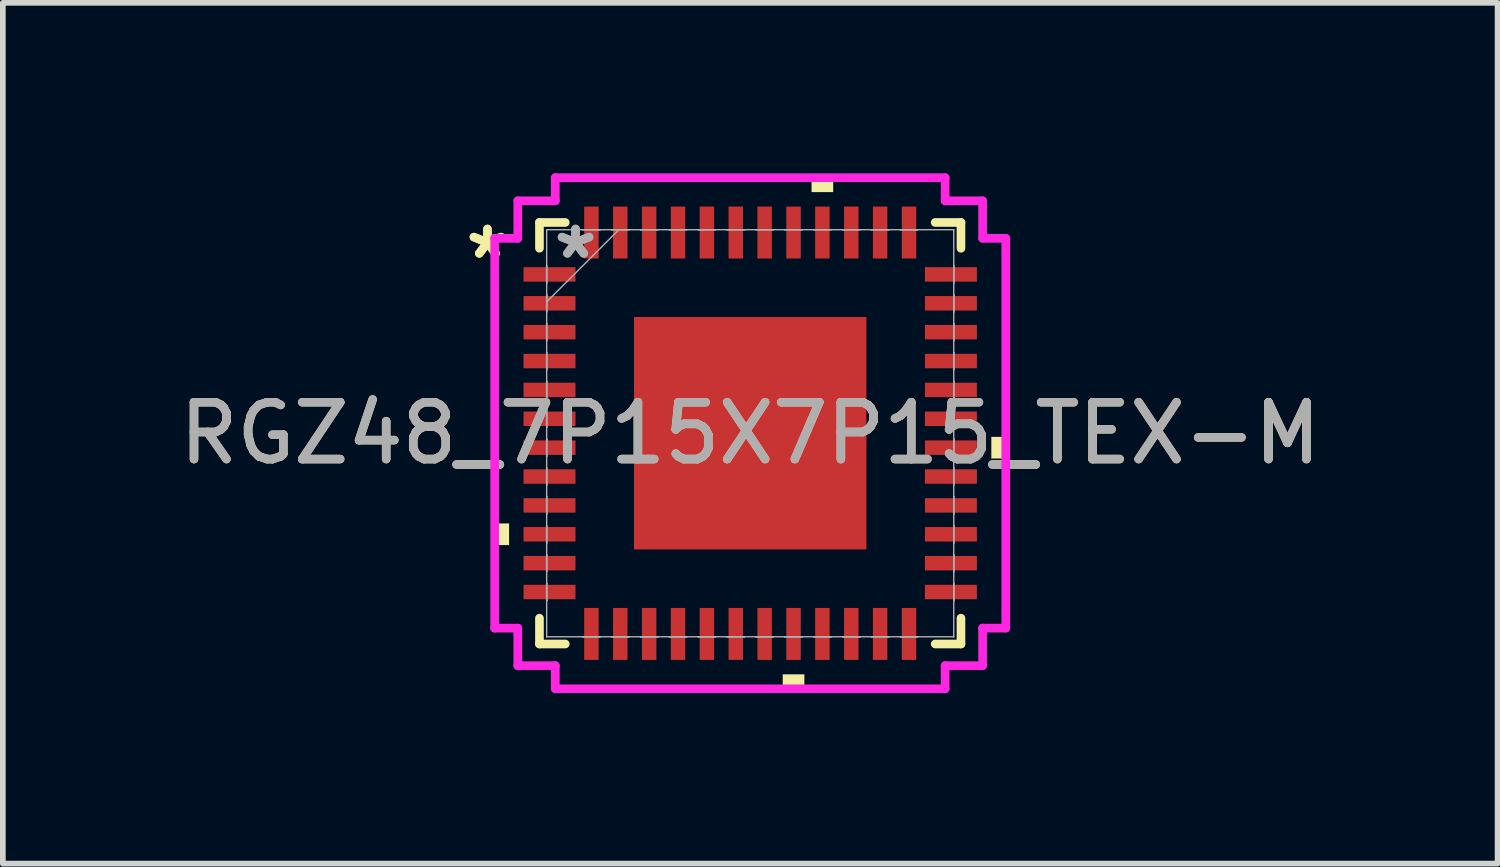
<source format=kicad_pcb>
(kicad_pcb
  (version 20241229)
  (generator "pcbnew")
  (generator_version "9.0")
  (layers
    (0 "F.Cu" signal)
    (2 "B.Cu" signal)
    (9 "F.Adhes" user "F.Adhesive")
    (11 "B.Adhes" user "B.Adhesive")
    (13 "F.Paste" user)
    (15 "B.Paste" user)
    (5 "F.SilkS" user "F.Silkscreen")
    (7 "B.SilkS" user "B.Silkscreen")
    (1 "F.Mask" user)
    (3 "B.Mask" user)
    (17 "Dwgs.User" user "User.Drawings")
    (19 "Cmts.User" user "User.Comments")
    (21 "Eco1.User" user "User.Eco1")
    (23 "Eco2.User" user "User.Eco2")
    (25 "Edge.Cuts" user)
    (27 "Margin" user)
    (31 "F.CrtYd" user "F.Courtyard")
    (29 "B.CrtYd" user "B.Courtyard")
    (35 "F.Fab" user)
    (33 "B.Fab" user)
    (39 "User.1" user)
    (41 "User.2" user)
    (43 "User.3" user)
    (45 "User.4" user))
  (footprint "RGZ48_7P15X7P15_TEX-M"
    (layer "F.Cu")
    (at 10.149 4.572)
    (property "Reference" "RGZ48_7P15X7P15_TEX-M" (at 0 0 0) (unlocked yes) (layer "F.SilkS") (effects (font (size 1 1) (thickness 0.15))))
    (attr smd)
    (fp_line (start -3.708 -3.708) (end -3.708 -3.254) (stroke (width 0.152) (type solid)) (layer "F.SilkS"))
    (fp_line (start -3.708 3.254) (end -3.708 3.708) (stroke (width 0.152) (type solid)) (layer "F.SilkS"))
    (fp_line (start -3.708 3.708) (end -3.254 3.708) (stroke (width 0.152) (type solid)) (layer "F.SilkS"))
    (fp_line (start -3.254 -3.708) (end -3.708 -3.708) (stroke (width 0.152) (type solid)) (layer "F.SilkS"))
    (fp_line (start 3.254 3.708) (end 3.708 3.708) (stroke (width 0.152) (type solid)) (layer "F.SilkS"))
    (fp_line (start 3.708 -3.708) (end 3.254 -3.708) (stroke (width 0.152) (type solid)) (layer "F.SilkS"))
    (fp_line (start 3.708 -3.254) (end 3.708 -3.708) (stroke (width 0.152) (type solid)) (layer "F.SilkS"))
    (fp_line (start 3.708 3.708) (end 3.708 3.254) (stroke (width 0.152) (type solid)) (layer "F.SilkS"))
    (fp_poly (pts (xy -4.496 1.587) (xy -4.496 1.968) (xy -4.242 1.968) (xy -4.242 1.587)) (stroke (width 0) (type solid)) (fill yes) (layer "F.SilkS"))
    (fp_poly (pts (xy 0.572 4.242) (xy 0.572 4.496) (xy 0.953 4.496) (xy 0.953 4.242)) (stroke (width 0) (type solid)) (fill yes) (layer "F.SilkS"))
    (fp_poly (pts (xy 1.079 -4.242) (xy 1.079 -4.496) (xy 1.46 -4.496) (xy 1.46 -4.242)) (stroke (width 0) (type solid)) (fill yes) (layer "F.SilkS"))
    (fp_poly (pts (xy 4.496 0.064) (xy 4.496 0.445) (xy 4.242 0.445) (xy 4.242 0.064)) (stroke (width 0) (type solid)) (fill yes) (layer "F.SilkS"))
    (fp_poly (pts (xy -1.945 -1.945) (xy -1.945 -0.782) (xy -0.782 -0.782) (xy -0.782 -1.945)) (stroke (width 0) (type solid)) (fill yes) (layer "F.Paste"))
    (fp_poly (pts (xy -1.945 -0.582) (xy -1.945 0.582) (xy -0.782 0.582) (xy -0.782 -0.582)) (stroke (width 0) (type solid)) (fill yes) (layer "F.Paste"))
    (fp_poly (pts (xy -1.945 0.782) (xy -1.945 1.945) (xy -0.782 1.945) (xy -0.782 0.782)) (stroke (width 0) (type solid)) (fill yes) (layer "F.Paste"))
    (fp_poly (pts (xy -0.582 -1.945) (xy -0.582 -0.782) (xy 0.582 -0.782) (xy 0.582 -1.945)) (stroke (width 0) (type solid)) (fill yes) (layer "F.Paste"))
    (fp_poly (pts (xy -0.582 -0.582) (xy -0.582 0.582) (xy 0.582 0.582) (xy 0.582 -0.582)) (stroke (width 0) (type solid)) (fill yes) (layer "F.Paste"))
    (fp_poly (pts (xy -0.582 0.782) (xy -0.582 1.945) (xy 0.582 1.945) (xy 0.582 0.782)) (stroke (width 0) (type solid)) (fill yes) (layer "F.Paste"))
    (fp_poly (pts (xy 0.782 -1.945) (xy 0.782 -0.782) (xy 1.945 -0.782) (xy 1.945 -1.945)) (stroke (width 0) (type solid)) (fill yes) (layer "F.Paste"))
    (fp_poly (pts (xy 0.782 -0.582) (xy 0.782 0.582) (xy 1.945 0.582) (xy 1.945 -0.582)) (stroke (width 0) (type solid)) (fill yes) (layer "F.Paste"))
    (fp_poly (pts (xy 0.782 0.782) (xy 0.782 1.945) (xy 1.945 1.945) (xy 1.945 0.782)) (stroke (width 0) (type solid)) (fill yes) (layer "F.Paste"))
    (fp_line (start -4.496 -3.429) (end -4.089 -3.429) (stroke (width 0.152) (type solid)) (layer "F.CrtYd"))
    (fp_line (start -4.496 3.429) (end -4.496 -3.429) (stroke (width 0.152) (type solid)) (layer "F.CrtYd"))
    (fp_line (start -4.089 -4.089) (end -3.429 -4.089) (stroke (width 0.152) (type solid)) (layer "F.CrtYd"))
    (fp_line (start -4.089 -3.429) (end -4.089 -4.089) (stroke (width 0.152) (type solid)) (layer "F.CrtYd"))
    (fp_line (start -4.089 3.429) (end -4.496 3.429) (stroke (width 0.152) (type solid)) (layer "F.CrtYd"))
    (fp_line (start -4.089 4.089) (end -4.089 3.429) (stroke (width 0.152) (type solid)) (layer "F.CrtYd"))
    (fp_line (start -3.429 -4.496) (end 3.429 -4.496) (stroke (width 0.152) (type solid)) (layer "F.CrtYd"))
    (fp_line (start -3.429 -4.089) (end -3.429 -4.496) (stroke (width 0.152) (type solid)) (layer "F.CrtYd"))
    (fp_line (start -3.429 4.089) (end -4.089 4.089) (stroke (width 0.152) (type solid)) (layer "F.CrtYd"))
    (fp_line (start -3.429 4.496) (end -3.429 4.089) (stroke (width 0.152) (type solid)) (layer "F.CrtYd"))
    (fp_line (start 3.429 -4.496) (end 3.429 -4.089) (stroke (width 0.152) (type solid)) (layer "F.CrtYd"))
    (fp_line (start 3.429 -4.089) (end 4.089 -4.089) (stroke (width 0.152) (type solid)) (layer "F.CrtYd"))
    (fp_line (start 3.429 4.089) (end 3.429 4.496) (stroke (width 0.152) (type solid)) (layer "F.CrtYd"))
    (fp_line (start 3.429 4.496) (end -3.429 4.496) (stroke (width 0.152) (type solid)) (layer "F.CrtYd"))
    (fp_line (start 4.089 -4.089) (end 4.089 -3.429) (stroke (width 0.152) (type solid)) (layer "F.CrtYd"))
    (fp_line (start 4.089 -3.429) (end 4.496 -3.429) (stroke (width 0.152) (type solid)) (layer "F.CrtYd"))
    (fp_line (start 4.089 3.429) (end 4.089 4.089) (stroke (width 0.152) (type solid)) (layer "F.CrtYd"))
    (fp_line (start 4.089 4.089) (end 3.429 4.089) (stroke (width 0.152) (type solid)) (layer "F.CrtYd"))
    (fp_line (start 4.496 -3.429) (end 4.496 3.429) (stroke (width 0.152) (type solid)) (layer "F.CrtYd"))
    (fp_line (start 4.496 3.429) (end 4.089 3.429) (stroke (width 0.152) (type solid)) (layer "F.CrtYd"))
    (fp_line (start -3.581 -3.581) (end -3.581 -3.581) (stroke (width 0.025) (type solid)) (layer "F.Fab"))
    (fp_line (start -3.581 -3.581) (end -3.581 3.581) (stroke (width 0.025) (type solid)) (layer "F.Fab"))
    (fp_line (start -3.581 -2.946) (end -3.581 -2.946) (stroke (width 0.025) (type solid)) (layer "F.Fab"))
    (fp_line (start -3.581 -2.946) (end -3.581 -2.642) (stroke (width 0.025) (type solid)) (layer "F.Fab"))
    (fp_line (start -3.581 -2.642) (end -3.581 -2.946) (stroke (width 0.025) (type solid)) (layer "F.Fab"))
    (fp_line (start -3.581 -2.642) (end -3.581 -2.642) (stroke (width 0.025) (type solid)) (layer "F.Fab"))
    (fp_line (start -3.581 -2.438) (end -3.581 -2.438) (stroke (width 0.025) (type solid)) (layer "F.Fab"))
    (fp_line (start -3.581 -2.438) (end -3.581 -2.134) (stroke (width 0.025) (type solid)) (layer "F.Fab"))
    (fp_line (start -3.581 -2.311) (end -2.311 -3.581) (stroke (width 0.025) (type solid)) (layer "F.Fab"))
    (fp_line (start -3.581 -2.134) (end -3.581 -2.438) (stroke (width 0.025) (type solid)) (layer "F.Fab"))
    (fp_line (start -3.581 -2.134) (end -3.581 -2.134) (stroke (width 0.025) (type solid)) (layer "F.Fab"))
    (fp_line (start -3.581 -1.93) (end -3.581 -1.93) (stroke (width 0.025) (type solid)) (layer "F.Fab"))
    (fp_line (start -3.581 -1.93) (end -3.581 -1.626) (stroke (width 0.025) (type solid)) (layer "F.Fab"))
    (fp_line (start -3.581 -1.626) (end -3.581 -1.93) (stroke (width 0.025) (type solid)) (layer "F.Fab"))
    (fp_line (start -3.581 -1.626) (end -3.581 -1.626) (stroke (width 0.025) (type solid)) (layer "F.Fab"))
    (fp_line (start -3.581 -1.422) (end -3.581 -1.422) (stroke (width 0.025) (type solid)) (layer "F.Fab"))
    (fp_line (start -3.581 -1.422) (end -3.581 -1.118) (stroke (width 0.025) (type solid)) (layer "F.Fab"))
    (fp_line (start -3.581 -1.118) (end -3.581 -1.422) (stroke (width 0.025) (type solid)) (layer "F.Fab"))
    (fp_line (start -3.581 -1.118) (end -3.581 -1.118) (stroke (width 0.025) (type solid)) (layer "F.Fab"))
    (fp_line (start -3.581 -0.914) (end -3.581 -0.914) (stroke (width 0.025) (type solid)) (layer "F.Fab"))
    (fp_line (start -3.581 -0.914) (end -3.581 -0.61) (stroke (width 0.025) (type solid)) (layer "F.Fab"))
    (fp_line (start -3.581 -0.61) (end -3.581 -0.914) (stroke (width 0.025) (type solid)) (layer "F.Fab"))
    (fp_line (start -3.581 -0.61) (end -3.581 -0.61) (stroke (width 0.025) (type solid)) (layer "F.Fab"))
    (fp_line (start -3.581 -0.406) (end -3.581 -0.406) (stroke (width 0.025) (type solid)) (layer "F.Fab"))
    (fp_line (start -3.581 -0.406) (end -3.581 -0.102) (stroke (width 0.025) (type solid)) (layer "F.Fab"))
    (fp_line (start -3.581 -0.102) (end -3.581 -0.406) (stroke (width 0.025) (type solid)) (layer "F.Fab"))
    (fp_line (start -3.581 -0.102) (end -3.581 -0.102) (stroke (width 0.025) (type solid)) (layer "F.Fab"))
    (fp_line (start -3.581 0.102) (end -3.581 0.102) (stroke (width 0.025) (type solid)) (layer "F.Fab"))
    (fp_line (start -3.581 0.102) (end -3.581 0.406) (stroke (width 0.025) (type solid)) (layer "F.Fab"))
    (fp_line (start -3.581 0.406) (end -3.581 0.102) (stroke (width 0.025) (type solid)) (layer "F.Fab"))
    (fp_line (start -3.581 0.406) (end -3.581 0.406) (stroke (width 0.025) (type solid)) (layer "F.Fab"))
    (fp_line (start -3.581 0.61) (end -3.581 0.61) (stroke (width 0.025) (type solid)) (layer "F.Fab"))
    (fp_line (start -3.581 0.61) (end -3.581 0.914) (stroke (width 0.025) (type solid)) (layer "F.Fab"))
    (fp_line (start -3.581 0.914) (end -3.581 0.61) (stroke (width 0.025) (type solid)) (layer "F.Fab"))
    (fp_line (start -3.581 0.914) (end -3.581 0.914) (stroke (width 0.025) (type solid)) (layer "F.Fab"))
    (fp_line (start -3.581 1.118) (end -3.581 1.118) (stroke (width 0.025) (type solid)) (layer "F.Fab"))
    (fp_line (start -3.581 1.118) (end -3.581 1.422) (stroke (width 0.025) (type solid)) (layer "F.Fab"))
    (fp_line (start -3.581 1.422) (end -3.581 1.118) (stroke (width 0.025) (type solid)) (layer "F.Fab"))
    (fp_line (start -3.581 1.422) (end -3.581 1.422) (stroke (width 0.025) (type solid)) (layer "F.Fab"))
    (fp_line (start -3.581 1.626) (end -3.581 1.626) (stroke (width 0.025) (type solid)) (layer "F.Fab"))
    (fp_line (start -3.581 1.626) (end -3.581 1.93) (stroke (width 0.025) (type solid)) (layer "F.Fab"))
    (fp_line (start -3.581 1.93) (end -3.581 1.626) (stroke (width 0.025) (type solid)) (layer "F.Fab"))
    (fp_line (start -3.581 1.93) (end -3.581 1.93) (stroke (width 0.025) (type solid)) (layer "F.Fab"))
    (fp_line (start -3.581 2.134) (end -3.581 2.134) (stroke (width 0.025) (type solid)) (layer "F.Fab"))
    (fp_line (start -3.581 2.134) (end -3.581 2.438) (stroke (width 0.025) (type solid)) (layer "F.Fab"))
    (fp_line (start -3.581 2.438) (end -3.581 2.134) (stroke (width 0.025) (type solid)) (layer "F.Fab"))
    (fp_line (start -3.581 2.438) (end -3.581 2.438) (stroke (width 0.025) (type solid)) (layer "F.Fab"))
    (fp_line (start -3.581 2.642) (end -3.581 2.642) (stroke (width 0.025) (type solid)) (layer "F.Fab"))
    (fp_line (start -3.581 2.642) (end -3.581 2.946) (stroke (width 0.025) (type solid)) (layer "F.Fab"))
    (fp_line (start -3.581 2.946) (end -3.581 2.642) (stroke (width 0.025) (type solid)) (layer "F.Fab"))
    (fp_line (start -3.581 2.946) (end -3.581 2.946) (stroke (width 0.025) (type solid)) (layer "F.Fab"))
    (fp_line (start -3.581 3.581) (end -3.581 3.581) (stroke (width 0.025) (type solid)) (layer "F.Fab"))
    (fp_line (start -3.581 3.581) (end 3.581 3.581) (stroke (width 0.025) (type solid)) (layer "F.Fab"))
    (fp_line (start -2.946 -3.581) (end -2.946 -3.581) (stroke (width 0.025) (type solid)) (layer "F.Fab"))
    (fp_line (start -2.946 -3.581) (end -2.642 -3.581) (stroke (width 0.025) (type solid)) (layer "F.Fab"))
    (fp_line (start -2.946 3.581) (end -2.946 3.581) (stroke (width 0.025) (type solid)) (layer "F.Fab"))
    (fp_line (start -2.946 3.581) (end -2.642 3.581) (stroke (width 0.025) (type solid)) (layer "F.Fab"))
    (fp_line (start -2.642 -3.581) (end -2.946 -3.581) (stroke (width 0.025) (type solid)) (layer "F.Fab"))
    (fp_line (start -2.642 -3.581) (end -2.642 -3.581) (stroke (width 0.025) (type solid)) (layer "F.Fab"))
    (fp_line (start -2.642 3.581) (end -2.946 3.581) (stroke (width 0.025) (type solid)) (layer "F.Fab"))
    (fp_line (start -2.642 3.581) (end -2.642 3.581) (stroke (width 0.025) (type solid)) (layer "F.Fab"))
    (fp_line (start -2.438 -3.581) (end -2.438 -3.581) (stroke (width 0.025) (type solid)) (layer "F.Fab"))
    (fp_line (start -2.438 -3.581) (end -2.134 -3.581) (stroke (width 0.025) (type solid)) (layer "F.Fab"))
    (fp_line (start -2.438 3.581) (end -2.438 3.581) (stroke (width 0.025) (type solid)) (layer "F.Fab"))
    (fp_line (start -2.438 3.581) (end -2.134 3.581) (stroke (width 0.025) (type solid)) (layer "F.Fab"))
    (fp_line (start -2.134 -3.581) (end -2.438 -3.581) (stroke (width 0.025) (type solid)) (layer "F.Fab"))
    (fp_line (start -2.134 -3.581) (end -2.134 -3.581) (stroke (width 0.025) (type solid)) (layer "F.Fab"))
    (fp_line (start -2.134 3.581) (end -2.438 3.581) (stroke (width 0.025) (type solid)) (layer "F.Fab"))
    (fp_line (start -2.134 3.581) (end -2.134 3.581) (stroke (width 0.025) (type solid)) (layer "F.Fab"))
    (fp_line (start -1.93 -3.581) (end -1.93 -3.581) (stroke (width 0.025) (type solid)) (layer "F.Fab"))
    (fp_line (start -1.93 -3.581) (end -1.626 -3.581) (stroke (width 0.025) (type solid)) (layer "F.Fab"))
    (fp_line (start -1.93 3.581) (end -1.93 3.581) (stroke (width 0.025) (type solid)) (layer "F.Fab"))
    (fp_line (start -1.93 3.581) (end -1.626 3.581) (stroke (width 0.025) (type solid)) (layer "F.Fab"))
    (fp_line (start -1.626 -3.581) (end -1.93 -3.581) (stroke (width 0.025) (type solid)) (layer "F.Fab"))
    (fp_line (start -1.626 -3.581) (end -1.626 -3.581) (stroke (width 0.025) (type solid)) (layer "F.Fab"))
    (fp_line (start -1.626 3.581) (end -1.93 3.581) (stroke (width 0.025) (type solid)) (layer "F.Fab"))
    (fp_line (start -1.626 3.581) (end -1.626 3.581) (stroke (width 0.025) (type solid)) (layer "F.Fab"))
    (fp_line (start -1.422 -3.581) (end -1.422 -3.581) (stroke (width 0.025) (type solid)) (layer "F.Fab"))
    (fp_line (start -1.422 -3.581) (end -1.118 -3.581) (stroke (width 0.025) (type solid)) (layer "F.Fab"))
    (fp_line (start -1.422 3.581) (end -1.422 3.581) (stroke (width 0.025) (type solid)) (layer "F.Fab"))
    (fp_line (start -1.422 3.581) (end -1.118 3.581) (stroke (width 0.025) (type solid)) (layer "F.Fab"))
    (fp_line (start -1.118 -3.581) (end -1.422 -3.581) (stroke (width 0.025) (type solid)) (layer "F.Fab"))
    (fp_line (start -1.118 -3.581) (end -1.118 -3.581) (stroke (width 0.025) (type solid)) (layer "F.Fab"))
    (fp_line (start -1.118 3.581) (end -1.422 3.581) (stroke (width 0.025) (type solid)) (layer "F.Fab"))
    (fp_line (start -1.118 3.581) (end -1.118 3.581) (stroke (width 0.025) (type solid)) (layer "F.Fab"))
    (fp_line (start -0.914 -3.581) (end -0.914 -3.581) (stroke (width 0.025) (type solid)) (layer "F.Fab"))
    (fp_line (start -0.914 -3.581) (end -0.61 -3.581) (stroke (width 0.025) (type solid)) (layer "F.Fab"))
    (fp_line (start -0.914 3.581) (end -0.914 3.581) (stroke (width 0.025) (type solid)) (layer "F.Fab"))
    (fp_line (start -0.914 3.581) (end -0.61 3.581) (stroke (width 0.025) (type solid)) (layer "F.Fab"))
    (fp_line (start -0.61 -3.581) (end -0.914 -3.581) (stroke (width 0.025) (type solid)) (layer "F.Fab"))
    (fp_line (start -0.61 -3.581) (end -0.61 -3.581) (stroke (width 0.025) (type solid)) (layer "F.Fab"))
    (fp_line (start -0.61 3.581) (end -0.914 3.581) (stroke (width 0.025) (type solid)) (layer "F.Fab"))
    (fp_line (start -0.61 3.581) (end -0.61 3.581) (stroke (width 0.025) (type solid)) (layer "F.Fab"))
    (fp_line (start -0.406 -3.581) (end -0.406 -3.581) (stroke (width 0.025) (type solid)) (layer "F.Fab"))
    (fp_line (start -0.406 -3.581) (end -0.102 -3.581) (stroke (width 0.025) (type solid)) (layer "F.Fab"))
    (fp_line (start -0.406 3.581) (end -0.406 3.581) (stroke (width 0.025) (type solid)) (layer "F.Fab"))
    (fp_line (start -0.406 3.581) (end -0.102 3.581) (stroke (width 0.025) (type solid)) (layer "F.Fab"))
    (fp_line (start -0.102 -3.581) (end -0.406 -3.581) (stroke (width 0.025) (type solid)) (layer "F.Fab"))
    (fp_line (start -0.102 -3.581) (end -0.102 -3.581) (stroke (width 0.025) (type solid)) (layer "F.Fab"))
    (fp_line (start -0.102 3.581) (end -0.406 3.581) (stroke (width 0.025) (type solid)) (layer "F.Fab"))
    (fp_line (start -0.102 3.581) (end -0.102 3.581) (stroke (width 0.025) (type solid)) (layer "F.Fab"))
    (fp_line (start 0.102 -3.581) (end 0.102 -3.581) (stroke (width 0.025) (type solid)) (layer "F.Fab"))
    (fp_line (start 0.102 -3.581) (end 0.406 -3.581) (stroke (width 0.025) (type solid)) (layer "F.Fab"))
    (fp_line (start 0.102 3.581) (end 0.102 3.581) (stroke (width 0.025) (type solid)) (layer "F.Fab"))
    (fp_line (start 0.102 3.581) (end 0.406 3.581) (stroke (width 0.025) (type solid)) (layer "F.Fab"))
    (fp_line (start 0.406 -3.581) (end 0.102 -3.581) (stroke (width 0.025) (type solid)) (layer "F.Fab"))
    (fp_line (start 0.406 -3.581) (end 0.406 -3.581) (stroke (width 0.025) (type solid)) (layer "F.Fab"))
    (fp_line (start 0.406 3.581) (end 0.102 3.581) (stroke (width 0.025) (type solid)) (layer "F.Fab"))
    (fp_line (start 0.406 3.581) (end 0.406 3.581) (stroke (width 0.025) (type solid)) (layer "F.Fab"))
    (fp_line (start 0.61 -3.581) (end 0.61 -3.581) (stroke (width 0.025) (type solid)) (layer "F.Fab"))
    (fp_line (start 0.61 -3.581) (end 0.914 -3.581) (stroke (width 0.025) (type solid)) (layer "F.Fab"))
    (fp_line (start 0.61 3.581) (end 0.61 3.581) (stroke (width 0.025) (type solid)) (layer "F.Fab"))
    (fp_line (start 0.61 3.581) (end 0.914 3.581) (stroke (width 0.025) (type solid)) (layer "F.Fab"))
    (fp_line (start 0.914 -3.581) (end 0.61 -3.581) (stroke (width 0.025) (type solid)) (layer "F.Fab"))
    (fp_line (start 0.914 -3.581) (end 0.914 -3.581) (stroke (width 0.025) (type solid)) (layer "F.Fab"))
    (fp_line (start 0.914 3.581) (end 0.61 3.581) (stroke (width 0.025) (type solid)) (layer "F.Fab"))
    (fp_line (start 0.914 3.581) (end 0.914 3.581) (stroke (width 0.025) (type solid)) (layer "F.Fab"))
    (fp_line (start 1.118 -3.581) (end 1.118 -3.581) (stroke (width 0.025) (type solid)) (layer "F.Fab"))
    (fp_line (start 1.118 -3.581) (end 1.422 -3.581) (stroke (width 0.025) (type solid)) (layer "F.Fab"))
    (fp_line (start 1.118 3.581) (end 1.118 3.581) (stroke (width 0.025) (type solid)) (layer "F.Fab"))
    (fp_line (start 1.118 3.581) (end 1.422 3.581) (stroke (width 0.025) (type solid)) (layer "F.Fab"))
    (fp_line (start 1.422 -3.581) (end 1.118 -3.581) (stroke (width 0.025) (type solid)) (layer "F.Fab"))
    (fp_line (start 1.422 -3.581) (end 1.422 -3.581) (stroke (width 0.025) (type solid)) (layer "F.Fab"))
    (fp_line (start 1.422 3.581) (end 1.118 3.581) (stroke (width 0.025) (type solid)) (layer "F.Fab"))
    (fp_line (start 1.422 3.581) (end 1.422 3.581) (stroke (width 0.025) (type solid)) (layer "F.Fab"))
    (fp_line (start 1.626 -3.581) (end 1.626 -3.581) (stroke (width 0.025) (type solid)) (layer "F.Fab"))
    (fp_line (start 1.626 -3.581) (end 1.93 -3.581) (stroke (width 0.025) (type solid)) (layer "F.Fab"))
    (fp_line (start 1.626 3.581) (end 1.626 3.581) (stroke (width 0.025) (type solid)) (layer "F.Fab"))
    (fp_line (start 1.626 3.581) (end 1.93 3.581) (stroke (width 0.025) (type solid)) (layer "F.Fab"))
    (fp_line (start 1.93 -3.581) (end 1.626 -3.581) (stroke (width 0.025) (type solid)) (layer "F.Fab"))
    (fp_line (start 1.93 -3.581) (end 1.93 -3.581) (stroke (width 0.025) (type solid)) (layer "F.Fab"))
    (fp_line (start 1.93 3.581) (end 1.626 3.581) (stroke (width 0.025) (type solid)) (layer "F.Fab"))
    (fp_line (start 1.93 3.581) (end 1.93 3.581) (stroke (width 0.025) (type solid)) (layer "F.Fab"))
    (fp_line (start 2.134 -3.581) (end 2.134 -3.581) (stroke (width 0.025) (type solid)) (layer "F.Fab"))
    (fp_line (start 2.134 -3.581) (end 2.438 -3.581) (stroke (width 0.025) (type solid)) (layer "F.Fab"))
    (fp_line (start 2.134 3.581) (end 2.134 3.581) (stroke (width 0.025) (type solid)) (layer "F.Fab"))
    (fp_line (start 2.134 3.581) (end 2.438 3.581) (stroke (width 0.025) (type solid)) (layer "F.Fab"))
    (fp_line (start 2.438 -3.581) (end 2.134 -3.581) (stroke (width 0.025) (type solid)) (layer "F.Fab"))
    (fp_line (start 2.438 -3.581) (end 2.438 -3.581) (stroke (width 0.025) (type solid)) (layer "F.Fab"))
    (fp_line (start 2.438 3.581) (end 2.134 3.581) (stroke (width 0.025) (type solid)) (layer "F.Fab"))
    (fp_line (start 2.438 3.581) (end 2.438 3.581) (stroke (width 0.025) (type solid)) (layer "F.Fab"))
    (fp_line (start 2.642 -3.581) (end 2.642 -3.581) (stroke (width 0.025) (type solid)) (layer "F.Fab"))
    (fp_line (start 2.642 -3.581) (end 2.946 -3.581) (stroke (width 0.025) (type solid)) (layer "F.Fab"))
    (fp_line (start 2.642 3.581) (end 2.642 3.581) (stroke (width 0.025) (type solid)) (layer "F.Fab"))
    (fp_line (start 2.642 3.581) (end 2.946 3.581) (stroke (width 0.025) (type solid)) (layer "F.Fab"))
    (fp_line (start 2.946 -3.581) (end 2.642 -3.581) (stroke (width 0.025) (type solid)) (layer "F.Fab"))
    (fp_line (start 2.946 -3.581) (end 2.946 -3.581) (stroke (width 0.025) (type solid)) (layer "F.Fab"))
    (fp_line (start 2.946 3.581) (end 2.642 3.581) (stroke (width 0.025) (type solid)) (layer "F.Fab"))
    (fp_line (start 2.946 3.581) (end 2.946 3.581) (stroke (width 0.025) (type solid)) (layer "F.Fab"))
    (fp_line (start 3.581 -3.581) (end -3.581 -3.581) (stroke (width 0.025) (type solid)) (layer "F.Fab"))
    (fp_line (start 3.581 -3.581) (end 3.581 -3.581) (stroke (width 0.025) (type solid)) (layer "F.Fab"))
    (fp_line (start 3.581 -2.946) (end 3.581 -2.946) (stroke (width 0.025) (type solid)) (layer "F.Fab"))
    (fp_line (start 3.581 -2.946) (end 3.581 -2.642) (stroke (width 0.025) (type solid)) (layer "F.Fab"))
    (fp_line (start 3.581 -2.642) (end 3.581 -2.946) (stroke (width 0.025) (type solid)) (layer "F.Fab"))
    (fp_line (start 3.581 -2.642) (end 3.581 -2.642) (stroke (width 0.025) (type solid)) (layer "F.Fab"))
    (fp_line (start 3.581 -2.438) (end 3.581 -2.438) (stroke (width 0.025) (type solid)) (layer "F.Fab"))
    (fp_line (start 3.581 -2.438) (end 3.581 -2.134) (stroke (width 0.025) (type solid)) (layer "F.Fab"))
    (fp_line (start 3.581 -2.134) (end 3.581 -2.438) (stroke (width 0.025) (type solid)) (layer "F.Fab"))
    (fp_line (start 3.581 -2.134) (end 3.581 -2.134) (stroke (width 0.025) (type solid)) (layer "F.Fab"))
    (fp_line (start 3.581 -1.93) (end 3.581 -1.93) (stroke (width 0.025) (type solid)) (layer "F.Fab"))
    (fp_line (start 3.581 -1.93) (end 3.581 -1.626) (stroke (width 0.025) (type solid)) (layer "F.Fab"))
    (fp_line (start 3.581 -1.626) (end 3.581 -1.93) (stroke (width 0.025) (type solid)) (layer "F.Fab"))
    (fp_line (start 3.581 -1.626) (end 3.581 -1.626) (stroke (width 0.025) (type solid)) (layer "F.Fab"))
    (fp_line (start 3.581 -1.422) (end 3.581 -1.422) (stroke (width 0.025) (type solid)) (layer "F.Fab"))
    (fp_line (start 3.581 -1.422) (end 3.581 -1.118) (stroke (width 0.025) (type solid)) (layer "F.Fab"))
    (fp_line (start 3.581 -1.118) (end 3.581 -1.422) (stroke (width 0.025) (type solid)) (layer "F.Fab"))
    (fp_line (start 3.581 -1.118) (end 3.581 -1.118) (stroke (width 0.025) (type solid)) (layer "F.Fab"))
    (fp_line (start 3.581 -0.914) (end 3.581 -0.914) (stroke (width 0.025) (type solid)) (layer "F.Fab"))
    (fp_line (start 3.581 -0.914) (end 3.581 -0.61) (stroke (width 0.025) (type solid)) (layer "F.Fab"))
    (fp_line (start 3.581 -0.61) (end 3.581 -0.914) (stroke (width 0.025) (type solid)) (layer "F.Fab"))
    (fp_line (start 3.581 -0.61) (end 3.581 -0.61) (stroke (width 0.025) (type solid)) (layer "F.Fab"))
    (fp_line (start 3.581 -0.406) (end 3.581 -0.406) (stroke (width 0.025) (type solid)) (layer "F.Fab"))
    (fp_line (start 3.581 -0.406) (end 3.581 -0.102) (stroke (width 0.025) (type solid)) (layer "F.Fab"))
    (fp_line (start 3.581 -0.102) (end 3.581 -0.406) (stroke (width 0.025) (type solid)) (layer "F.Fab"))
    (fp_line (start 3.581 -0.102) (end 3.581 -0.102) (stroke (width 0.025) (type solid)) (layer "F.Fab"))
    (fp_line (start 3.581 0.102) (end 3.581 0.102) (stroke (width 0.025) (type solid)) (layer "F.Fab"))
    (fp_line (start 3.581 0.102) (end 3.581 0.406) (stroke (width 0.025) (type solid)) (layer "F.Fab"))
    (fp_line (start 3.581 0.406) (end 3.581 0.102) (stroke (width 0.025) (type solid)) (layer "F.Fab"))
    (fp_line (start 3.581 0.406) (end 3.581 0.406) (stroke (width 0.025) (type solid)) (layer "F.Fab"))
    (fp_line (start 3.581 0.61) (end 3.581 0.61) (stroke (width 0.025) (type solid)) (layer "F.Fab"))
    (fp_line (start 3.581 0.61) (end 3.581 0.914) (stroke (width 0.025) (type solid)) (layer "F.Fab"))
    (fp_line (start 3.581 0.914) (end 3.581 0.61) (stroke (width 0.025) (type solid)) (layer "F.Fab"))
    (fp_line (start 3.581 0.914) (end 3.581 0.914) (stroke (width 0.025) (type solid)) (layer "F.Fab"))
    (fp_line (start 3.581 1.118) (end 3.581 1.118) (stroke (width 0.025) (type solid)) (layer "F.Fab"))
    (fp_line (start 3.581 1.118) (end 3.581 1.422) (stroke (width 0.025) (type solid)) (layer "F.Fab"))
    (fp_line (start 3.581 1.422) (end 3.581 1.118) (stroke (width 0.025) (type solid)) (layer "F.Fab"))
    (fp_line (start 3.581 1.422) (end 3.581 1.422) (stroke (width 0.025) (type solid)) (layer "F.Fab"))
    (fp_line (start 3.581 1.626) (end 3.581 1.626) (stroke (width 0.025) (type solid)) (layer "F.Fab"))
    (fp_line (start 3.581 1.626) (end 3.581 1.93) (stroke (width 0.025) (type solid)) (layer "F.Fab"))
    (fp_line (start 3.581 1.93) (end 3.581 1.626) (stroke (width 0.025) (type solid)) (layer "F.Fab"))
    (fp_line (start 3.581 1.93) (end 3.581 1.93) (stroke (width 0.025) (type solid)) (layer "F.Fab"))
    (fp_line (start 3.581 2.134) (end 3.581 2.134) (stroke (width 0.025) (type solid)) (layer "F.Fab"))
    (fp_line (start 3.581 2.134) (end 3.581 2.438) (stroke (width 0.025) (type solid)) (layer "F.Fab"))
    (fp_line (start 3.581 2.438) (end 3.581 2.134) (stroke (width 0.025) (type solid)) (layer "F.Fab"))
    (fp_line (start 3.581 2.438) (end 3.581 2.438) (stroke (width 0.025) (type solid)) (layer "F.Fab"))
    (fp_line (start 3.581 2.642) (end 3.581 2.642) (stroke (width 0.025) (type solid)) (layer "F.Fab"))
    (fp_line (start 3.581 2.642) (end 3.581 2.946) (stroke (width 0.025) (type solid)) (layer "F.Fab"))
    (fp_line (start 3.581 2.946) (end 3.581 2.642) (stroke (width 0.025) (type solid)) (layer "F.Fab"))
    (fp_line (start 3.581 2.946) (end 3.581 2.946) (stroke (width 0.025) (type solid)) (layer "F.Fab"))
    (fp_line (start 3.581 3.581) (end 3.581 -3.581) (stroke (width 0.025) (type solid)) (layer "F.Fab"))
    (fp_line (start 3.581 3.581) (end 3.581 3.581) (stroke (width 0.025) (type solid)) (layer "F.Fab"))
    (fp_text user "*" (at -4.623 -3.048 0) (unlocked yes) (layer "F.SilkS") (effects (font (size 1 1) (thickness 0.15))))
    (fp_text user "*" (at -4.623 -3.048 0) (layer "F.SilkS") (effects (font (size 1 1) (thickness 0.15))))
    (fp_text user "*" (at -3.073 -3.048 0) (unlocked yes) (layer "F.Fab") (effects (font (size 1 1) (thickness 0.15))))
    (fp_text user "*" (at -3.073 -3.048 0) (layer "F.Fab") (effects (font (size 1 1) (thickness 0.15))))
    (fp_text user "${REFERENCE}" (at 0 0 0) (unlocked yes) (layer "F.Fab") (effects (font (size 1 1) (thickness 0.15))))
    (pad "1" smd rect (at -3.531 -2.794 90) (size 0.254 0.914) (layers "F.Cu" "F.Mask" "F.Paste"))
    (pad "2" smd rect (at -3.531 -2.286 90) (size 0.254 0.914) (layers "F.Cu" "F.Mask" "F.Paste"))
    (pad "3" smd rect (at -3.531 -1.778 90) (size 0.254 0.914) (layers "F.Cu" "F.Mask" "F.Paste"))
    (pad "4" smd rect (at -3.531 -1.27 90) (size 0.254 0.914) (layers "F.Cu" "F.Mask" "F.Paste"))
    (pad "5" smd rect (at -3.531 -0.762 90) (size 0.254 0.914) (layers "F.Cu" "F.Mask" "F.Paste"))
    (pad "6" smd rect (at -3.531 -0.254 90) (size 0.254 0.914) (layers "F.Cu" "F.Mask" "F.Paste"))
    (pad "7" smd rect (at -3.531 0.254 90) (size 0.254 0.914) (layers "F.Cu" "F.Mask" "F.Paste"))
    (pad "8" smd rect (at -3.531 0.762 90) (size 0.254 0.914) (layers "F.Cu" "F.Mask" "F.Paste"))
    (pad "9" smd rect (at -3.531 1.27 90) (size 0.254 0.914) (layers "F.Cu" "F.Mask" "F.Paste"))
    (pad "10" smd rect (at -3.531 1.778 90) (size 0.254 0.914) (layers "F.Cu" "F.Mask" "F.Paste"))
    (pad "11" smd rect (at -3.531 2.286 90) (size 0.254 0.914) (layers "F.Cu" "F.Mask" "F.Paste"))
    (pad "12" smd rect (at -3.531 2.794 90) (size 0.254 0.914) (layers "F.Cu" "F.Mask" "F.Paste"))
    (pad "13" smd rect (at -2.794 3.531) (size 0.254 0.914) (layers "F.Cu" "F.Mask" "F.Paste"))
    (pad "14" smd rect (at -2.286 3.531) (size 0.254 0.914) (layers "F.Cu" "F.Mask" "F.Paste"))
    (pad "15" smd rect (at -1.778 3.531) (size 0.254 0.914) (layers "F.Cu" "F.Mask" "F.Paste"))
    (pad "16" smd rect (at -1.27 3.531) (size 0.254 0.914) (layers "F.Cu" "F.Mask" "F.Paste"))
    (pad "17" smd rect (at -0.762 3.531) (size 0.254 0.914) (layers "F.Cu" "F.Mask" "F.Paste"))
    (pad "18" smd rect (at -0.254 3.531) (size 0.254 0.914) (layers "F.Cu" "F.Mask" "F.Paste"))
    (pad "19" smd rect (at 0.254 3.531) (size 0.254 0.914) (layers "F.Cu" "F.Mask" "F.Paste"))
    (pad "20" smd rect (at 0.762 3.531) (size 0.254 0.914) (layers "F.Cu" "F.Mask" "F.Paste"))
    (pad "21" smd rect (at 1.27 3.531) (size 0.254 0.914) (layers "F.Cu" "F.Mask" "F.Paste"))
    (pad "22" smd rect (at 1.778 3.531) (size 0.254 0.914) (layers "F.Cu" "F.Mask" "F.Paste"))
    (pad "23" smd rect (at 2.286 3.531) (size 0.254 0.914) (layers "F.Cu" "F.Mask" "F.Paste"))
    (pad "24" smd rect (at 2.794 3.531) (size 0.254 0.914) (layers "F.Cu" "F.Mask" "F.Paste"))
    (pad "25" smd rect (at 3.531 2.794 90) (size 0.254 0.914) (layers "F.Cu" "F.Mask" "F.Paste"))
    (pad "26" smd rect (at 3.531 2.286 90) (size 0.254 0.914) (layers "F.Cu" "F.Mask" "F.Paste"))
    (pad "27" smd rect (at 3.531 1.778 90) (size 0.254 0.914) (layers "F.Cu" "F.Mask" "F.Paste"))
    (pad "28" smd rect (at 3.531 1.27 90) (size 0.254 0.914) (layers "F.Cu" "F.Mask" "F.Paste"))
    (pad "29" smd rect (at 3.531 0.762 90) (size 0.254 0.914) (layers "F.Cu" "F.Mask" "F.Paste"))
    (pad "30" smd rect (at 3.531 0.254 90) (size 0.254 0.914) (layers "F.Cu" "F.Mask" "F.Paste"))
    (pad "31" smd rect (at 3.531 -0.254 90) (size 0.254 0.914) (layers "F.Cu" "F.Mask" "F.Paste"))
    (pad "32" smd rect (at 3.531 -0.762 90) (size 0.254 0.914) (layers "F.Cu" "F.Mask" "F.Paste"))
    (pad "33" smd rect (at 3.531 -1.27 90) (size 0.254 0.914) (layers "F.Cu" "F.Mask" "F.Paste"))
    (pad "34" smd rect (at 3.531 -1.778 90) (size 0.254 0.914) (layers "F.Cu" "F.Mask" "F.Paste"))
    (pad "35" smd rect (at 3.531 -2.286 90) (size 0.254 0.914) (layers "F.Cu" "F.Mask" "F.Paste"))
    (pad "36" smd rect (at 3.531 -2.794 90) (size 0.254 0.914) (layers "F.Cu" "F.Mask" "F.Paste"))
    (pad "37" smd rect (at 2.794 -3.531) (size 0.254 0.914) (layers "F.Cu" "F.Mask" "F.Paste"))
    (pad "38" smd rect (at 2.286 -3.531) (size 0.254 0.914) (layers "F.Cu" "F.Mask" "F.Paste"))
    (pad "39" smd rect (at 1.778 -3.531) (size 0.254 0.914) (layers "F.Cu" "F.Mask" "F.Paste"))
    (pad "40" smd rect (at 1.27 -3.531) (size 0.254 0.914) (layers "F.Cu" "F.Mask" "F.Paste"))
    (pad "41" smd rect (at 0.762 -3.531) (size 0.254 0.914) (layers "F.Cu" "F.Mask" "F.Paste"))
    (pad "42" smd rect (at 0.254 -3.531) (size 0.254 0.914) (layers "F.Cu" "F.Mask" "F.Paste"))
    (pad "43" smd rect (at -0.254 -3.531) (size 0.254 0.914) (layers "F.Cu" "F.Mask" "F.Paste"))
    (pad "44" smd rect (at -0.762 -3.531) (size 0.254 0.914) (layers "F.Cu" "F.Mask" "F.Paste"))
    (pad "45" smd rect (at -1.27 -3.531) (size 0.254 0.914) (layers "F.Cu" "F.Mask" "F.Paste"))
    (pad "46" smd rect (at -1.778 -3.531) (size 0.254 0.914) (layers "F.Cu" "F.Mask" "F.Paste"))
    (pad "47" smd rect (at -2.286 -3.531) (size 0.254 0.914) (layers "F.Cu" "F.Mask" "F.Paste"))
    (pad "48" smd rect (at -2.794 -3.531) (size 0.254 0.914) (layers "F.Cu" "F.Mask" "F.Paste"))
    (pad "49" smd rect (at 0 0) (size 4.089 4.089) (layers "F.Cu" "F.Mask" "F.Paste")))
  (gr_rect
    (start -3 -3)
    (end 23.298 12.144)
    (stroke (width 0.1) (type default))
    (fill no)
    (layer "Edge.Cuts")))
</source>
